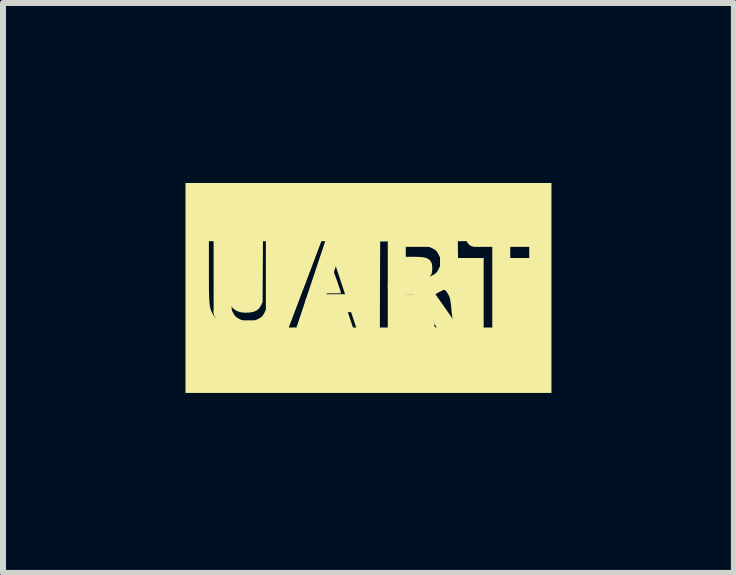
<source format=kicad_pcb>
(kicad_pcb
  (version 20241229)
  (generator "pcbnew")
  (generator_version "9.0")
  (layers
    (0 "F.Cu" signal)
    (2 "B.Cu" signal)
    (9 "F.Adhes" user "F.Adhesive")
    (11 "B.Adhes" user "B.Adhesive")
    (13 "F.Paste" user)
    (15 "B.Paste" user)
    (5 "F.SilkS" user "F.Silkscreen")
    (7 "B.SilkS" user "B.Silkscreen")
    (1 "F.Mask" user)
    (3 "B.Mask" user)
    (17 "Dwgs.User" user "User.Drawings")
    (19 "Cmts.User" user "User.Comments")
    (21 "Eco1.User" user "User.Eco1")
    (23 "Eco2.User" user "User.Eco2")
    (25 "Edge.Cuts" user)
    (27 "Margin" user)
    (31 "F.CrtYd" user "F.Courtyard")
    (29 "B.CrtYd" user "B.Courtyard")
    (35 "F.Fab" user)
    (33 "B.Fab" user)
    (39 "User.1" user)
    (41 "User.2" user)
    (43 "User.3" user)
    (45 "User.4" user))
  (footprint "UART"
    (layer "F.Cu")
    (at 3.092 1.75)
    (property "Reference" "UART" (at 0 0 0) (layer "F.SilkS") (effects (font (size 1.524 1.524) (thickness 0.3))))
    (attr board_only exclude_from_pos_files exclude_from_bom)
    (fp_poly (pts (xy -0.619 -0.365) (xy -0.609 -0.343) (xy -0.595 -0.308) (xy -0.578 -0.263) (xy -0.558 -0.212) (xy -0.538 -0.156) (xy -0.518 -0.101) (xy -0.5 -0.047) (xy -0.484 0.001) (xy -0.471 0.04) (xy -0.464 0.066) (xy -0.458 0.09) (xy -0.789 0.09) (xy -0.734 -0.068) (xy -0.713 -0.126) (xy -0.692 -0.184) (xy -0.674 -0.236) (xy -0.66 -0.277) (xy -0.655 -0.292) (xy -0.642 -0.328) (xy -0.631 -0.356) (xy -0.624 -0.371) (xy -0.624 -0.372)) (stroke (width 0) (type solid)) (fill yes) (layer "F.SilkS"))
    (fp_poly (pts (xy 0.799 -0.519) (xy 0.868 -0.516) (xy 0.921 -0.51) (xy 0.963 -0.5) (xy 0.995 -0.485) (xy 1.019 -0.466) (xy 1.039 -0.44) (xy 1.051 -0.42) (xy 1.058 -0.396) (xy 1.062 -0.36) (xy 1.064 -0.324) (xy 1.059 -0.265) (xy 1.045 -0.221) (xy 1.019 -0.188) (xy 0.98 -0.163) (xy 0.964 -0.155) (xy 0.948 -0.149) (xy 0.928 -0.145) (xy 0.902 -0.142) (xy 0.866 -0.141) (xy 0.817 -0.14) (xy 0.753 -0.14) (xy 0.733 -0.14) (xy 0.53 -0.14) (xy 0.53 -0.52) (xy 0.713 -0.52)) (stroke (width 0) (type solid)) (fill yes) (layer "F.SilkS"))
    (fp_poly (pts (xy 3.05 1.75) (xy -3.05 1.75) (xy -3.05 -0.78) (xy -2.66 -0.78) (xy -2.66 -0.278) (xy -2.66 -0.155) (xy -2.659 -0.05) (xy -2.659 0.039) (xy -2.657 0.113) (xy -2.655 0.174) (xy -2.652 0.225) (xy -2.648 0.267) (xy -2.643 0.302) (xy -2.637 0.332) (xy -2.629 0.358) (xy -2.62 0.384) (xy -2.609 0.409) (xy -2.606 0.416) (xy -2.575 0.468) (xy -2.531 0.522) (xy -2.479 0.571) (xy -2.426 0.61) (xy -2.412 0.618) (xy -2.313 0.66) (xy -2.203 0.686) (xy -2.083 0.697) (xy -1.955 0.692) (xy -1.925 0.689) (xy -1.816 0.669) (xy -1.791 0.66) (xy -1.33 0.66) (xy -0.988 0.655) (xy -0.935 0.505) (xy -0.883 0.355) (xy -0.622 0.352) (xy -0.362 0.35) (xy -0.31 0.505) (xy -0.258 0.66) (xy -0.083 0.66) (xy 0.19 0.66) (xy 0.53 0.66) (xy 0.53 0.108) (xy 0.728 0.112) (xy 0.795 0.113) (xy 0.847 0.114) (xy 0.884 0.116) (xy 0.911 0.119) (xy 0.93 0.123) (xy 0.945 0.129) (xy 0.959 0.136) (xy 0.964 0.139) (xy 0.99 0.16) (xy 1.012 0.186) (xy 1.029 0.222) (xy 1.044 0.268) (xy 1.056 0.329) (xy 1.067 0.407) (xy 1.071 0.432) (xy 1.078 0.49) (xy 1.085 0.542) (xy 1.091 0.585) (xy 1.096 0.615) (xy 1.098 0.625) (xy 1.106 0.655) (xy 1.274 0.658) (xy 1.336 0.659) (xy 1.38 0.659) (xy 1.409 0.658) (xy 1.427 0.656) (xy 1.435 0.652) (xy 1.436 0.647) (xy 1.435 0.643) (xy 1.423 0.607) (xy 1.411 0.556) (xy 1.399 0.495) (xy 1.389 0.427) (xy 1.382 0.357) (xy 1.381 0.345) (xy 1.376 0.291) (xy 1.369 0.238) (xy 1.362 0.194) (xy 1.355 0.164) (xy 1.355 0.164) (xy 1.329 0.103) (xy 1.292 0.051) (xy 1.247 0.012) (xy 1.24 0.008) (xy 1.216 -0.007) (xy 1.202 -0.018) (xy 1.2 -0.021) (xy 1.208 -0.029) (xy 1.224 -0.038) (xy 1.26 -0.061) (xy 1.298 -0.095) (xy 1.332 -0.135) (xy 1.355 -0.169) (xy 1.384 -0.249) (xy 1.398 -0.335) (xy 1.396 -0.424) (xy 1.378 -0.511) (xy 1.351 -0.578) (xy 1.312 -0.634) (xy 1.257 -0.686) (xy 1.191 -0.728) (xy 1.118 -0.759) (xy 1.08 -0.769) (xy 1.056 -0.773) (xy 1.017 -0.775) (xy 0.963 -0.777) (xy 0.893 -0.778) (xy 0.805 -0.779) (xy 0.699 -0.779) (xy 0.61 -0.778) (xy 0.195 -0.775) (xy 0.192 -0.058) (xy 0.19 0.66) (xy -0.083 0.66) (xy -0.022 0.659) (xy 0.028 0.658) (xy 0.065 0.656) (xy 0.085 0.653) (xy 0.088 0.651) (xy 0.084 0.64) (xy 0.074 0.612) (xy 0.058 0.568) (xy 0.036 0.51) (xy 0.01 0.439) (xy -0.021 0.357) (xy -0.055 0.265) (xy -0.093 0.164) (xy -0.133 0.056) (xy -0.176 -0.057) (xy -0.18 -0.069) (xy -0.445 -0.78) (xy -0.615 -0.78) (xy -0.785 -0.78) (xy -1.044 -0.092) (xy -1.087 0.02) (xy -1.128 0.128) (xy -1.166 0.229) (xy -1.201 0.323) (xy -1.233 0.406) (xy -1.261 0.479) (xy -1.283 0.539) (xy -1.301 0.585) (xy -1.312 0.615) (xy -1.317 0.628) (xy -1.33 0.66) (xy -1.791 0.66) (xy -1.721 0.636) (xy -1.639 0.591) (xy -1.568 0.533) (xy -1.557 0.521) (xy -1.519 0.476) (xy -1.491 0.429) (xy -1.467 0.374) (xy -1.45 0.319) (xy -1.446 0.301) (xy -1.442 0.284) (xy -1.439 0.264) (xy -1.436 0.241) (xy -1.434 0.211) (xy -1.433 0.174) (xy -1.432 0.128) (xy -1.431 0.07) (xy -1.43 -0.001) (xy -1.43 -0.087) (xy -1.43 -0.19) (xy -1.43 -0.267) (xy -1.43 -0.78) (xy 1.49 -0.78) (xy 1.49 -0.5) (xy 1.92 -0.5) (xy 1.92 0.66) (xy 2.25 0.66) (xy 2.25 -0.5) (xy 2.68 -0.5) (xy 2.68 -0.78) (xy 1.49 -0.78) (xy -1.43 -0.78) (xy -1.595 -0.78) (xy -1.759 -0.78) (xy -1.762 -0.273) (xy -1.765 0.235) (xy -1.791 0.291) (xy -1.821 0.339) (xy -1.861 0.374) (xy -1.913 0.396) (xy -1.976 0.409) (xy -2.062 0.413) (xy -2.137 0.404) (xy -2.201 0.381) (xy -2.252 0.346) (xy -2.276 0.318) (xy -2.288 0.3) (xy -2.298 0.283) (xy -2.306 0.263) (xy -2.313 0.24) (xy -2.318 0.212) (xy -2.322 0.176) (xy -2.325 0.132) (xy -2.327 0.076) (xy -2.329 0.008) (xy -2.33 -0.074) (xy -2.33 -0.173) (xy -2.33 -0.29) (xy -2.33 -0.78) (xy -2.66 -0.78) (xy -3.05 -0.78) (xy -3.05 -1.75) (xy 3.05 -1.75)) (stroke (width 0) (type solid)) (fill yes) (layer "F.SilkS")))
  (gr_rect
    (start -3 -3)
    (end 9.183 6.5)
    (stroke (width 0.1) (type default))
    (fill no)
    (layer "Edge.Cuts")))
</source>
